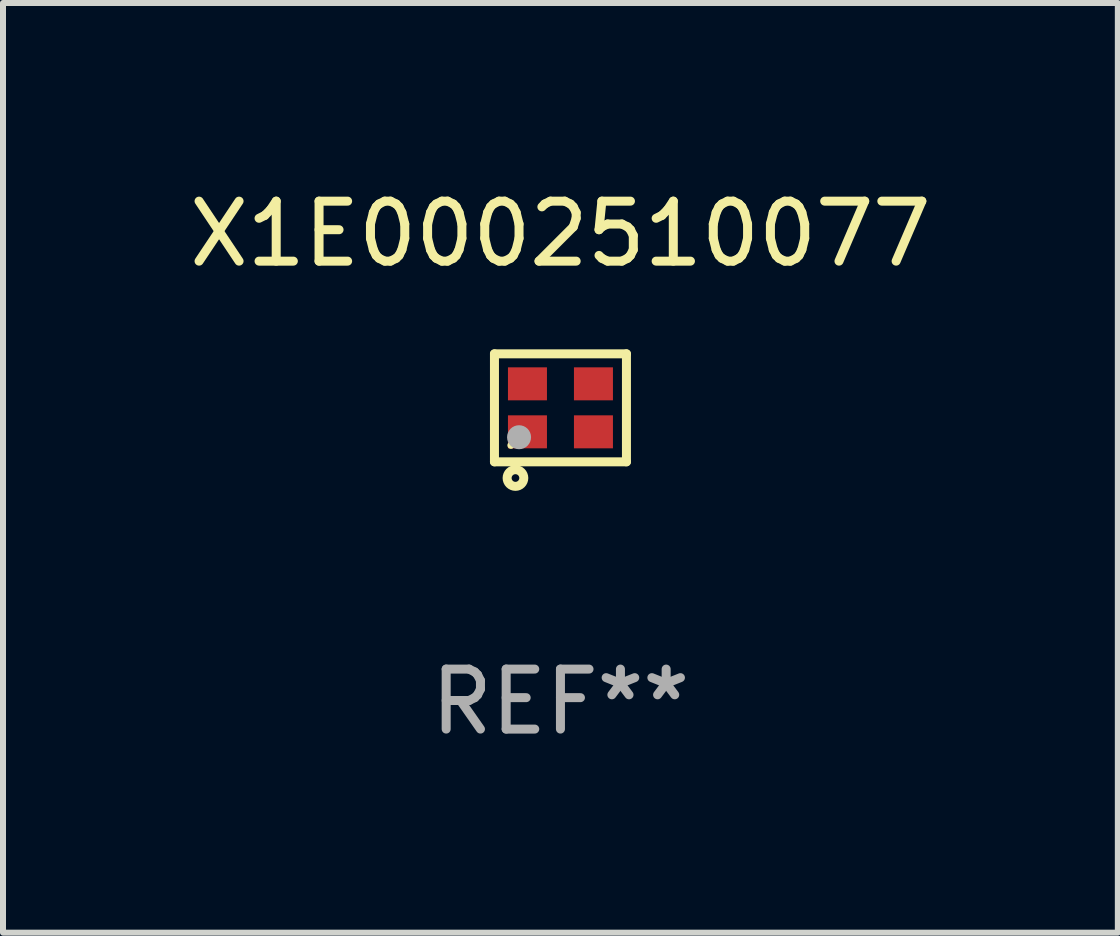
<source format=kicad_pcb>
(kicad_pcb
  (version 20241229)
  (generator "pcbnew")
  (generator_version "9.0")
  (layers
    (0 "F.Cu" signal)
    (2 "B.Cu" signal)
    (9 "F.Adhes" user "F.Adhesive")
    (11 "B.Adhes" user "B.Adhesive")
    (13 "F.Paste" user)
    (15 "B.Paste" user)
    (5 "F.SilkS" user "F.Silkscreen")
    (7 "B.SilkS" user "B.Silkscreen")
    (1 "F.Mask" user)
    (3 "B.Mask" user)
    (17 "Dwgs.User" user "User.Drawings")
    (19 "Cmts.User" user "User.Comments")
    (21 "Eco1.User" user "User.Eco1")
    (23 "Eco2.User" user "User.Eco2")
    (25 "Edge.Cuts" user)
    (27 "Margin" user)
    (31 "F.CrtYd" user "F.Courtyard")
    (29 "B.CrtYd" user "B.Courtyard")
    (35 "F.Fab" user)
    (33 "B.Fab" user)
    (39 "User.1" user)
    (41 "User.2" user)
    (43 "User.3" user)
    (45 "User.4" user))
  (footprint "X1E0002510077"
    (layer "F.Cu")
    (at 6.292 3.748)
    (property "Reference" "X1E0002510077" (at 0 -2.9 0) (layer "F.SilkS") (effects (font (size 1 1) (thickness 0.15))))
    (attr through_hole)
    (fp_line (start -1.1 -0.9) (end -1.1 0.9) (stroke (width 0.15) (type solid)) (layer "F.SilkS"))
    (fp_line (start -1.1 -0.9) (end 1.1 -0.9) (stroke (width 0.15) (type solid)) (layer "F.SilkS"))
    (fp_line (start -1.1 0.9) (end 1.1 0.9) (stroke (width 0.15) (type solid)) (layer "F.SilkS"))
    (fp_line (start 1.1 -0.9) (end 1.1 0.9) (stroke (width 0.15) (type solid)) (layer "F.SilkS"))
    (fp_circle (center -0.825 0.625) (end -0.795 0.625) (stroke (width 0.06) (type solid)) (fill no) (layer "F.SilkS"))
    (fp_circle (center -0.75 1.17) (end -0.686 1.17) (stroke (width 0.15) (type solid)) (fill no) (layer "F.SilkS"))
    (fp_circle (center -0.69 0.49) (end -0.59 0.49) (stroke (width 0.2) (type solid)) (fill no) (layer "F.Fab"))
    (fp_text user "REF**" (at 0 4.9 0) (layer "F.Fab") (effects (font (size 1 1) (thickness 0.15))))
    (pad "1" smd rect (at -0.55 0.4) (size 0.65 0.55) (layers "F.Cu" "F.Mask" "F.Paste"))
    (pad "2" smd rect (at 0.55 0.4) (size 0.65 0.55) (layers "F.Cu" "F.Mask" "F.Paste"))
    (pad "3" smd rect (at 0.55 -0.4) (size 0.65 0.55) (layers "F.Cu" "F.Mask" "F.Paste"))
    (pad "4" smd rect (at -0.55 -0.4) (size 0.65 0.55) (layers "F.Cu" "F.Mask" "F.Paste")))
  (gr_rect
    (start -3 -3)
    (end 15.583 12.496)
    (stroke (width 0.1) (type default))
    (fill no)
    (layer "Edge.Cuts")))
</source>
